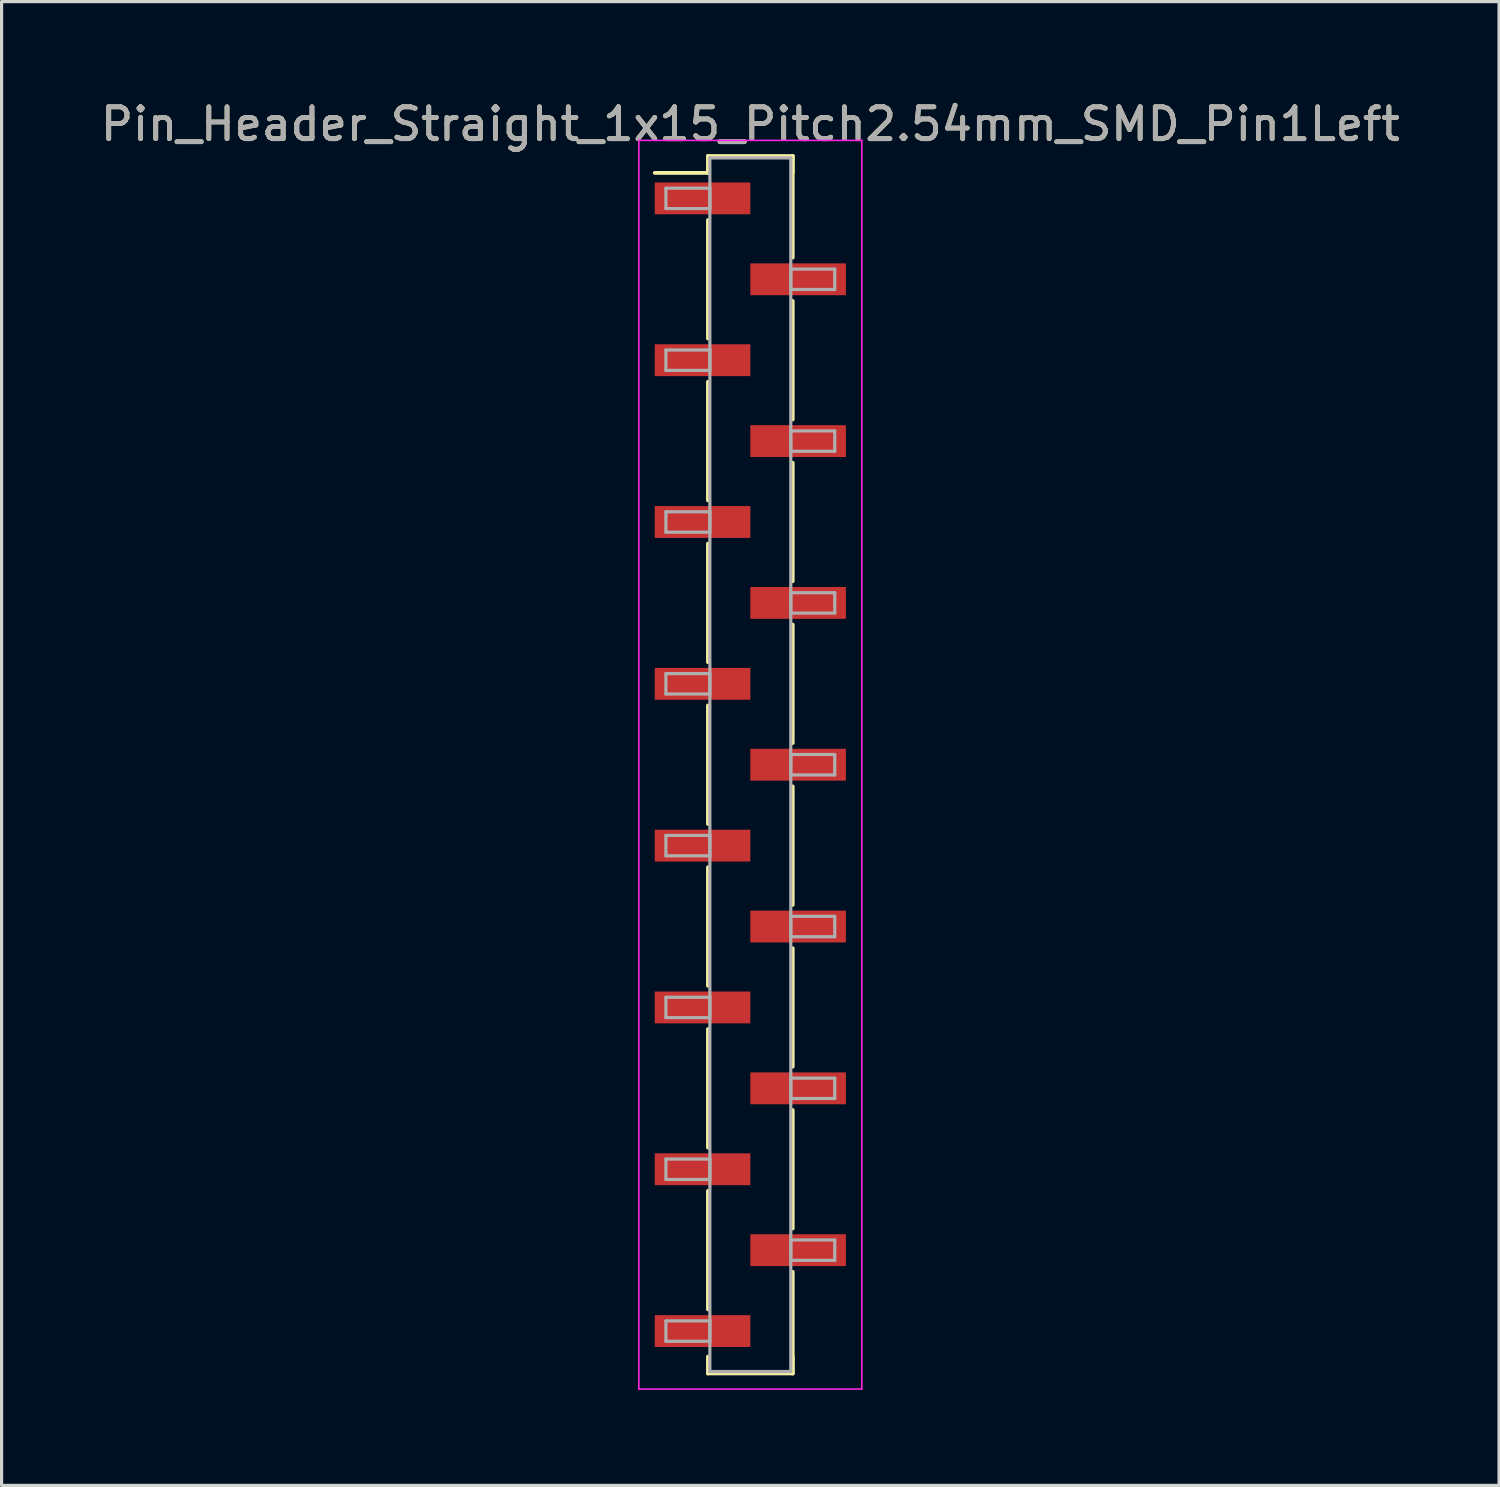
<source format=kicad_pcb>
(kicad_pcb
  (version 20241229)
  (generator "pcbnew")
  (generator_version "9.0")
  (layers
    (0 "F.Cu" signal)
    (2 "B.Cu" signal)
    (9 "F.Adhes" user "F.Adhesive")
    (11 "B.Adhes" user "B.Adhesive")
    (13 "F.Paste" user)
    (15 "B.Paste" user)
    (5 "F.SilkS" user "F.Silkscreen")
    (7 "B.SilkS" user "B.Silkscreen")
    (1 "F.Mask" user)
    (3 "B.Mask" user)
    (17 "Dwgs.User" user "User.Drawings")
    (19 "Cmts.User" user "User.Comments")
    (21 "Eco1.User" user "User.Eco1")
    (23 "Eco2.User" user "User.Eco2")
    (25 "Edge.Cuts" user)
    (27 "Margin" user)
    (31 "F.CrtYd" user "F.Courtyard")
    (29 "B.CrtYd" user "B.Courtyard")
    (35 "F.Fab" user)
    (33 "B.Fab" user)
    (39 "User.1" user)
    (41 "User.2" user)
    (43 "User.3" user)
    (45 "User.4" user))
  (footprint "Pin_Header_Straight_1x15_Pitch2.54mm_SMD_Pin1Left"
    (layer "F.Cu")
    (at 20.506 20.958)
    (property "Reference" "Pin_Header_Straight_1x15_Pitch2.54mm_SMD_Pin1Left" (at 0 -20.11 0) (layer "F.SilkS") (effects (font (size 1 1) (thickness 0.15))))
    (attr smd)
    (fp_line (start -1.33 -19.11) (end 1.33 -19.11) (stroke (width 0.12) (type solid)) (layer "F.SilkS"))
    (fp_line (start -1.33 -18.58) (end -3 -18.58) (stroke (width 0.12) (type solid)) (layer "F.SilkS"))
    (fp_line (start -1.33 -18.58) (end -1.33 -19.11) (stroke (width 0.12) (type solid)) (layer "F.SilkS"))
    (fp_line (start -1.33 -17.1) (end -1.33 -13.38) (stroke (width 0.12) (type solid)) (layer "F.SilkS"))
    (fp_line (start -1.33 -12.02) (end -1.33 -8.3) (stroke (width 0.12) (type solid)) (layer "F.SilkS"))
    (fp_line (start -1.33 -6.94) (end -1.33 -3.22) (stroke (width 0.12) (type solid)) (layer "F.SilkS"))
    (fp_line (start -1.33 -1.86) (end -1.33 1.86) (stroke (width 0.12) (type solid)) (layer "F.SilkS"))
    (fp_line (start -1.33 3.22) (end -1.33 6.94) (stroke (width 0.12) (type solid)) (layer "F.SilkS"))
    (fp_line (start -1.33 8.3) (end -1.33 12.02) (stroke (width 0.12) (type solid)) (layer "F.SilkS"))
    (fp_line (start -1.33 13.38) (end -1.33 17.1) (stroke (width 0.12) (type solid)) (layer "F.SilkS"))
    (fp_line (start -1.33 18.58) (end -1.33 19.11) (stroke (width 0.12) (type solid)) (layer "F.SilkS"))
    (fp_line (start -1.33 19.11) (end 1.33 19.11) (stroke (width 0.12) (type solid)) (layer "F.SilkS"))
    (fp_line (start 1.33 -19.11) (end 1.33 -18.58) (stroke (width 0.12) (type solid)) (layer "F.SilkS"))
    (fp_line (start 1.33 -19.11) (end 1.33 -15.92) (stroke (width 0.12) (type solid)) (layer "F.SilkS"))
    (fp_line (start 1.33 -14.56) (end 1.33 -10.84) (stroke (width 0.12) (type solid)) (layer "F.SilkS"))
    (fp_line (start 1.33 -9.48) (end 1.33 -5.76) (stroke (width 0.12) (type solid)) (layer "F.SilkS"))
    (fp_line (start 1.33 -4.4) (end 1.33 -0.68) (stroke (width 0.12) (type solid)) (layer "F.SilkS"))
    (fp_line (start 1.33 0.68) (end 1.33 4.4) (stroke (width 0.12) (type solid)) (layer "F.SilkS"))
    (fp_line (start 1.33 5.76) (end 1.33 9.48) (stroke (width 0.12) (type solid)) (layer "F.SilkS"))
    (fp_line (start 1.33 10.84) (end 1.33 14.56) (stroke (width 0.12) (type solid)) (layer "F.SilkS"))
    (fp_line (start 1.33 15.92) (end 1.33 19.11) (stroke (width 0.12) (type solid)) (layer "F.SilkS"))
    (fp_line (start 1.33 19.11) (end 1.33 18.58) (stroke (width 0.12) (type solid)) (layer "F.SilkS"))
    (fp_line (start -3.5 -19.6) (end -3.5 19.6) (stroke (width 0.05) (type solid)) (layer "F.CrtYd"))
    (fp_line (start -3.5 19.6) (end 3.5 19.6) (stroke (width 0.05) (type solid)) (layer "F.CrtYd"))
    (fp_line (start 3.5 -19.6) (end -3.5 -19.6) (stroke (width 0.05) (type solid)) (layer "F.CrtYd"))
    (fp_line (start 3.5 19.6) (end 3.5 -19.6) (stroke (width 0.05) (type solid)) (layer "F.CrtYd"))
    (fp_line (start -2.65 -18.1) (end -1.27 -18.1) (stroke (width 0.1) (type solid)) (layer "F.Fab"))
    (fp_line (start -2.65 -17.46) (end -2.65 -18.1) (stroke (width 0.1) (type solid)) (layer "F.Fab"))
    (fp_line (start -2.65 -13.02) (end -1.27 -13.02) (stroke (width 0.1) (type solid)) (layer "F.Fab"))
    (fp_line (start -2.65 -12.38) (end -2.65 -13.02) (stroke (width 0.1) (type solid)) (layer "F.Fab"))
    (fp_line (start -2.65 -7.94) (end -1.27 -7.94) (stroke (width 0.1) (type solid)) (layer "F.Fab"))
    (fp_line (start -2.65 -7.3) (end -2.65 -7.94) (stroke (width 0.1) (type solid)) (layer "F.Fab"))
    (fp_line (start -2.65 -2.86) (end -1.27 -2.86) (stroke (width 0.1) (type solid)) (layer "F.Fab"))
    (fp_line (start -2.65 -2.22) (end -2.65 -2.86) (stroke (width 0.1) (type solid)) (layer "F.Fab"))
    (fp_line (start -2.65 2.22) (end -1.27 2.22) (stroke (width 0.1) (type solid)) (layer "F.Fab"))
    (fp_line (start -2.65 2.86) (end -2.65 2.22) (stroke (width 0.1) (type solid)) (layer "F.Fab"))
    (fp_line (start -2.65 7.3) (end -1.27 7.3) (stroke (width 0.1) (type solid)) (layer "F.Fab"))
    (fp_line (start -2.65 7.94) (end -2.65 7.3) (stroke (width 0.1) (type solid)) (layer "F.Fab"))
    (fp_line (start -2.65 12.38) (end -1.27 12.38) (stroke (width 0.1) (type solid)) (layer "F.Fab"))
    (fp_line (start -2.65 13.02) (end -2.65 12.38) (stroke (width 0.1) (type solid)) (layer "F.Fab"))
    (fp_line (start -2.65 17.46) (end -1.27 17.46) (stroke (width 0.1) (type solid)) (layer "F.Fab"))
    (fp_line (start -2.65 18.1) (end -2.65 17.46) (stroke (width 0.1) (type solid)) (layer "F.Fab"))
    (fp_line (start -1.27 -19.05) (end -1.27 19.05) (stroke (width 0.1) (type solid)) (layer "F.Fab"))
    (fp_line (start -1.27 -18.1) (end -1.27 -17.46) (stroke (width 0.1) (type solid)) (layer "F.Fab"))
    (fp_line (start -1.27 -17.46) (end -2.65 -17.46) (stroke (width 0.1) (type solid)) (layer "F.Fab"))
    (fp_line (start -1.27 -13.02) (end -1.27 -12.38) (stroke (width 0.1) (type solid)) (layer "F.Fab"))
    (fp_line (start -1.27 -12.38) (end -2.65 -12.38) (stroke (width 0.1) (type solid)) (layer "F.Fab"))
    (fp_line (start -1.27 -7.94) (end -1.27 -7.3) (stroke (width 0.1) (type solid)) (layer "F.Fab"))
    (fp_line (start -1.27 -7.3) (end -2.65 -7.3) (stroke (width 0.1) (type solid)) (layer "F.Fab"))
    (fp_line (start -1.27 -2.86) (end -1.27 -2.22) (stroke (width 0.1) (type solid)) (layer "F.Fab"))
    (fp_line (start -1.27 -2.22) (end -2.65 -2.22) (stroke (width 0.1) (type solid)) (layer "F.Fab"))
    (fp_line (start -1.27 2.22) (end -1.27 2.86) (stroke (width 0.1) (type solid)) (layer "F.Fab"))
    (fp_line (start -1.27 2.86) (end -2.65 2.86) (stroke (width 0.1) (type solid)) (layer "F.Fab"))
    (fp_line (start -1.27 7.3) (end -1.27 7.94) (stroke (width 0.1) (type solid)) (layer "F.Fab"))
    (fp_line (start -1.27 7.94) (end -2.65 7.94) (stroke (width 0.1) (type solid)) (layer "F.Fab"))
    (fp_line (start -1.27 12.38) (end -1.27 13.02) (stroke (width 0.1) (type solid)) (layer "F.Fab"))
    (fp_line (start -1.27 13.02) (end -2.65 13.02) (stroke (width 0.1) (type solid)) (layer "F.Fab"))
    (fp_line (start -1.27 17.46) (end -1.27 18.1) (stroke (width 0.1) (type solid)) (layer "F.Fab"))
    (fp_line (start -1.27 18.1) (end -2.65 18.1) (stroke (width 0.1) (type solid)) (layer "F.Fab"))
    (fp_line (start -1.27 19.05) (end 1.27 19.05) (stroke (width 0.1) (type solid)) (layer "F.Fab"))
    (fp_line (start 1.27 -19.05) (end -1.27 -19.05) (stroke (width 0.1) (type solid)) (layer "F.Fab"))
    (fp_line (start 1.27 -15.56) (end 1.27 -14.92) (stroke (width 0.1) (type solid)) (layer "F.Fab"))
    (fp_line (start 1.27 -14.92) (end 2.65 -14.92) (stroke (width 0.1) (type solid)) (layer "F.Fab"))
    (fp_line (start 1.27 -10.48) (end 1.27 -9.84) (stroke (width 0.1) (type solid)) (layer "F.Fab"))
    (fp_line (start 1.27 -9.84) (end 2.65 -9.84) (stroke (width 0.1) (type solid)) (layer "F.Fab"))
    (fp_line (start 1.27 -5.4) (end 1.27 -4.76) (stroke (width 0.1) (type solid)) (layer "F.Fab"))
    (fp_line (start 1.27 -4.76) (end 2.65 -4.76) (stroke (width 0.1) (type solid)) (layer "F.Fab"))
    (fp_line (start 1.27 -0.32) (end 1.27 0.32) (stroke (width 0.1) (type solid)) (layer "F.Fab"))
    (fp_line (start 1.27 0.32) (end 2.65 0.32) (stroke (width 0.1) (type solid)) (layer "F.Fab"))
    (fp_line (start 1.27 4.76) (end 1.27 5.4) (stroke (width 0.1) (type solid)) (layer "F.Fab"))
    (fp_line (start 1.27 5.4) (end 2.65 5.4) (stroke (width 0.1) (type solid)) (layer "F.Fab"))
    (fp_line (start 1.27 9.84) (end 1.27 10.48) (stroke (width 0.1) (type solid)) (layer "F.Fab"))
    (fp_line (start 1.27 10.48) (end 2.65 10.48) (stroke (width 0.1) (type solid)) (layer "F.Fab"))
    (fp_line (start 1.27 14.92) (end 1.27 15.56) (stroke (width 0.1) (type solid)) (layer "F.Fab"))
    (fp_line (start 1.27 15.56) (end 2.65 15.56) (stroke (width 0.1) (type solid)) (layer "F.Fab"))
    (fp_line (start 1.27 19.05) (end 1.27 -19.05) (stroke (width 0.1) (type solid)) (layer "F.Fab"))
    (fp_line (start 2.65 -15.56) (end 1.27 -15.56) (stroke (width 0.1) (type solid)) (layer "F.Fab"))
    (fp_line (start 2.65 -14.92) (end 2.65 -15.56) (stroke (width 0.1) (type solid)) (layer "F.Fab"))
    (fp_line (start 2.65 -10.48) (end 1.27 -10.48) (stroke (width 0.1) (type solid)) (layer "F.Fab"))
    (fp_line (start 2.65 -9.84) (end 2.65 -10.48) (stroke (width 0.1) (type solid)) (layer "F.Fab"))
    (fp_line (start 2.65 -5.4) (end 1.27 -5.4) (stroke (width 0.1) (type solid)) (layer "F.Fab"))
    (fp_line (start 2.65 -4.76) (end 2.65 -5.4) (stroke (width 0.1) (type solid)) (layer "F.Fab"))
    (fp_line (start 2.65 -0.32) (end 1.27 -0.32) (stroke (width 0.1) (type solid)) (layer "F.Fab"))
    (fp_line (start 2.65 0.32) (end 2.65 -0.32) (stroke (width 0.1) (type solid)) (layer "F.Fab"))
    (fp_line (start 2.65 4.76) (end 1.27 4.76) (stroke (width 0.1) (type solid)) (layer "F.Fab"))
    (fp_line (start 2.65 5.4) (end 2.65 4.76) (stroke (width 0.1) (type solid)) (layer "F.Fab"))
    (fp_line (start 2.65 9.84) (end 1.27 9.84) (stroke (width 0.1) (type solid)) (layer "F.Fab"))
    (fp_line (start 2.65 10.48) (end 2.65 9.84) (stroke (width 0.1) (type solid)) (layer "F.Fab"))
    (fp_line (start 2.65 14.92) (end 1.27 14.92) (stroke (width 0.1) (type solid)) (layer "F.Fab"))
    (fp_line (start 2.65 15.56) (end 2.65 14.92) (stroke (width 0.1) (type solid)) (layer "F.Fab"))
    (fp_text user "${REFERENCE}" (at 0 -20.11 0) (layer "F.Fab") (effects (font (size 1 1) (thickness 0.15))))
    (pad "1" smd rect (at -1.5 -17.78) (size 3 1) (layers "F.Cu" "F.Mask" "F.Paste"))
    (pad "2" smd rect (at 1.5 -15.24) (size 3 1) (layers "F.Cu" "F.Mask" "F.Paste"))
    (pad "3" smd rect (at -1.5 -12.7) (size 3 1) (layers "F.Cu" "F.Mask" "F.Paste"))
    (pad "4" smd rect (at 1.5 -10.16) (size 3 1) (layers "F.Cu" "F.Mask" "F.Paste"))
    (pad "5" smd rect (at -1.5 -7.62) (size 3 1) (layers "F.Cu" "F.Mask" "F.Paste"))
    (pad "6" smd rect (at 1.5 -5.08) (size 3 1) (layers "F.Cu" "F.Mask" "F.Paste"))
    (pad "7" smd rect (at -1.5 -2.54) (size 3 1) (layers "F.Cu" "F.Mask" "F.Paste"))
    (pad "8" smd rect (at 1.5 0) (size 3 1) (layers "F.Cu" "F.Mask" "F.Paste"))
    (pad "9" smd rect (at -1.5 2.54) (size 3 1) (layers "F.Cu" "F.Mask" "F.Paste"))
    (pad "10" smd rect (at 1.5 5.08) (size 3 1) (layers "F.Cu" "F.Mask" "F.Paste"))
    (pad "11" smd rect (at -1.5 7.62) (size 3 1) (layers "F.Cu" "F.Mask" "F.Paste"))
    (pad "12" smd rect (at 1.5 10.16) (size 3 1) (layers "F.Cu" "F.Mask" "F.Paste"))
    (pad "13" smd rect (at -1.5 12.7) (size 3 1) (layers "F.Cu" "F.Mask" "F.Paste"))
    (pad "14" smd rect (at 1.5 15.24) (size 3 1) (layers "F.Cu" "F.Mask" "F.Paste"))
    (pad "15" smd rect (at -1.5 17.78) (size 3 1) (layers "F.Cu" "F.Mask" "F.Paste")))
  (gr_rect
    (start -3 -3)
    (end 44.012 43.583)
    (stroke (width 0.1) (type default))
    (fill no)
    (layer "Edge.Cuts")))
</source>
